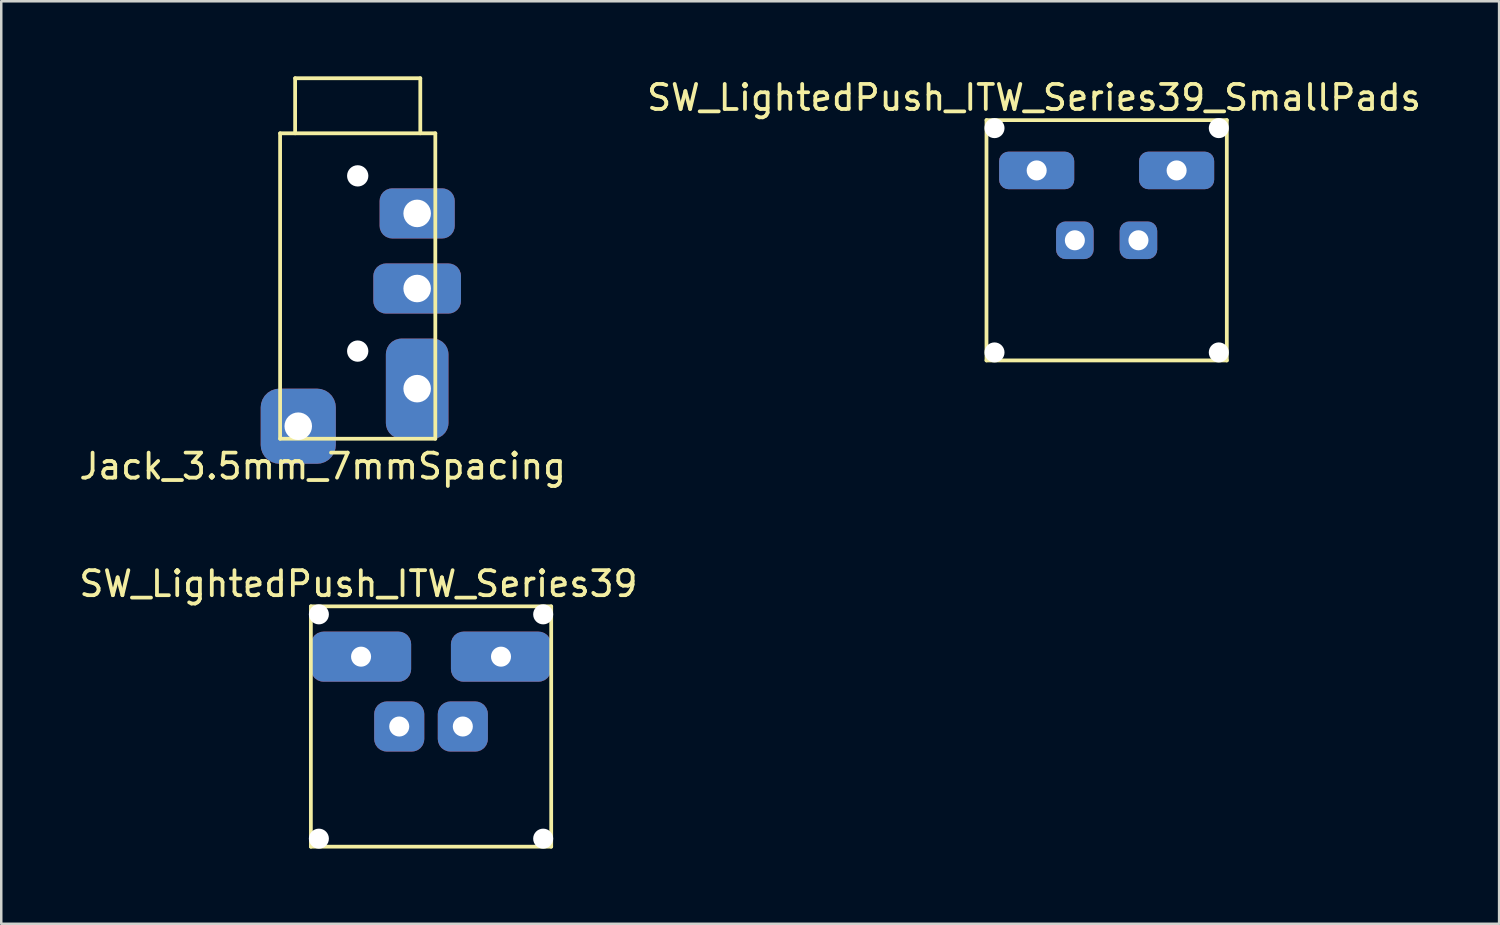
<source format=kicad_pcb>
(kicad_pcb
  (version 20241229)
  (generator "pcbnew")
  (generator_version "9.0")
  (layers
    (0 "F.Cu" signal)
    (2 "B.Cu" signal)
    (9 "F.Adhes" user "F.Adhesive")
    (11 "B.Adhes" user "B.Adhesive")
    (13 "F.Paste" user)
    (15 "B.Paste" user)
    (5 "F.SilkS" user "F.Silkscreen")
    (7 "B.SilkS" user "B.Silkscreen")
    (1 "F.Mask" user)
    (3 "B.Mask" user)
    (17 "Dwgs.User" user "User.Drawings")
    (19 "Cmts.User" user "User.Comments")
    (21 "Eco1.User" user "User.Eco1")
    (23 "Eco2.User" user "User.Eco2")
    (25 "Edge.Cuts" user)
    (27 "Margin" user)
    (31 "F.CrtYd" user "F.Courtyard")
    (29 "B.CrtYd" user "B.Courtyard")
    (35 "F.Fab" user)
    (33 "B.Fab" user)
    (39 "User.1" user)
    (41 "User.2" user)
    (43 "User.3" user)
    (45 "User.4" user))
  (footprint "Jack_3.5mm_7mmSpacing"
    (layer "F.Cu")
    (at 11.239 14.475)
    (property "Reference" "Jack_3.5mm_7mmSpacing" (at -1.4 1.1 0) (layer "F.SilkS") (effects (font (size 1 1) (thickness 0.15))))
    (attr through_hole)
    (fp_line (start -3.1 -12.2) (end 3.1 -12.2) (stroke (width 0.15) (type solid)) (layer "F.SilkS"))
    (fp_line (start -3.1 0) (end -3.1 -12.2) (stroke (width 0.15) (type solid)) (layer "F.SilkS"))
    (fp_line (start -2.5 -14.4) (end 2.5 -14.4) (stroke (width 0.15) (type solid)) (layer "F.SilkS"))
    (fp_line (start -2.5 -12.2) (end -2.5 -14.4) (stroke (width 0.15) (type solid)) (layer "F.SilkS"))
    (fp_line (start 2.5 -14.4) (end 2.5 -12.2) (stroke (width 0.15) (type solid)) (layer "F.SilkS"))
    (fp_line (start 3.1 -12.2) (end 3.1 0) (stroke (width 0.15) (type solid)) (layer "F.SilkS"))
    (fp_line (start 3.1 0) (end -3.1 0) (stroke (width 0.15) (type solid)) (layer "F.SilkS"))
    (pad "" np_thru_hole circle (at 0 -10.5) (size 0.85 0.85) (drill 0.85) (layers "*.Cu" "*.Mask"))
    (pad "" np_thru_hole circle (at 0 -3.5) (size 0.85 0.85) (drill 0.85) (layers "*.Cu" "*.Mask"))
    (pad "R" thru_hole roundrect (at 2.375 -6) (size 3.5 2) (drill 1.1) (layers "*.Cu" "*.Mask") (roundrect_rratio 0.25))
    (pad "S" thru_hole roundrect (at 2.375 -9) (size 3 2) (drill 1.1) (layers "*.Cu" "*.Mask") (roundrect_rratio 0.25))
    (pad "T" thru_hole roundrect (at 2.375 -2) (size 2.5 4) (drill 1.1) (layers "*.Cu" "*.Mask") (roundrect_rratio 0.25))
    (pad "X" thru_hole roundrect (at -2.375 -0.5) (size 3 3) (drill 1.1) (layers "*.Cu" "*.Mask") (roundrect_rratio 0.25)))
  (footprint "SW_LightedPush_ITW_Series39_SmallPads"
    (layer "F.Cu")
    (at 41.156 6.548)
    (property "Reference" "SW_LightedPush_ITW_Series39_SmallPads" (at -2.9 -5.7 0) (layer "F.SilkS") (effects (font (size 1 1) (thickness 0.15))))
    (attr through_hole)
    (fp_line (start -4.8 -4.8) (end -4.8 4.8) (stroke (width 0.15) (type solid)) (layer "F.SilkS"))
    (fp_line (start -4.8 4.8) (end 4.8 4.8) (stroke (width 0.15) (type solid)) (layer "F.SilkS"))
    (fp_line (start 4.8 -4.8) (end -4.8 -4.8) (stroke (width 0.15) (type solid)) (layer "F.SilkS"))
    (fp_line (start 4.8 4.8) (end 4.8 -4.8) (stroke (width 0.15) (type solid)) (layer "F.SilkS"))
    (pad "" np_thru_hole circle (at -4.48 -4.48) (size 0.8 0.8) (drill 0.8) (layers "*.Cu" "*.Mask"))
    (pad "" np_thru_hole circle (at -4.48 4.48) (size 0.8 0.8) (drill 0.8) (layers "*.Cu" "*.Mask"))
    (pad "" np_thru_hole circle (at 4.48 -4.48) (size 0.8 0.8) (drill 0.8) (layers "*.Cu" "*.Mask"))
    (pad "" np_thru_hole circle (at 4.48 4.48) (size 0.8 0.8) (drill 0.8) (layers "*.Cu" "*.Mask"))
    (pad "1" thru_hole roundrect (at -2.795 -2.79) (size 3 1.5) (drill 0.8) (layers "*.Cu" "*.Mask") (roundrect_rratio 0.25))
    (pad "2" thru_hole roundrect (at 2.795 -2.79) (size 3 1.5) (drill 0.8) (layers "*.Cu" "*.Mask") (roundrect_rratio 0.25))
    (pad "3" thru_hole roundrect (at 1.27 0) (size 1.5 1.5) (drill 0.8) (layers "*.Cu" "*.Mask") (roundrect_rratio 0.25))
    (pad "4" thru_hole roundrect (at -1.27 0) (size 1.5 1.5) (drill 0.8) (layers "*.Cu" "*.Mask") (roundrect_rratio 0.25)))
  (footprint "SW_LightedPush_ITW_Series39"
    (layer "F.Cu")
    (at 14.168 25.971)
    (property "Reference" "SW_LightedPush_ITW_Series39" (at -2.9 -5.7 0) (layer "F.SilkS") (effects (font (size 1 1) (thickness 0.15))))
    (attr through_hole)
    (fp_line (start -4.8 -4.8) (end -4.8 4.8) (stroke (width 0.15) (type solid)) (layer "F.SilkS"))
    (fp_line (start -4.8 4.8) (end 4.8 4.8) (stroke (width 0.15) (type solid)) (layer "F.SilkS"))
    (fp_line (start 4.8 -4.8) (end -4.8 -4.8) (stroke (width 0.15) (type solid)) (layer "F.SilkS"))
    (fp_line (start 4.8 4.8) (end 4.8 -4.8) (stroke (width 0.15) (type solid)) (layer "F.SilkS"))
    (pad "" np_thru_hole circle (at -4.48 -4.48) (size 0.8 0.8) (drill 0.8) (layers "*.Cu" "*.Mask"))
    (pad "" np_thru_hole circle (at -4.48 4.48) (size 0.8 0.8) (drill 0.8) (layers "*.Cu" "*.Mask"))
    (pad "" np_thru_hole circle (at 4.48 -4.48) (size 0.8 0.8) (drill 0.8) (layers "*.Cu" "*.Mask"))
    (pad "" np_thru_hole circle (at 4.48 4.48) (size 0.8 0.8) (drill 0.8) (layers "*.Cu" "*.Mask"))
    (pad "1" thru_hole roundrect (at -2.795 -2.79) (size 4 2) (drill 0.8) (layers "*.Cu" "*.Mask") (roundrect_rratio 0.25))
    (pad "2" thru_hole roundrect (at 2.795 -2.79) (size 4 2) (drill 0.8) (layers "*.Cu" "*.Mask") (roundrect_rratio 0.25))
    (pad "3" thru_hole roundrect (at 1.27 0) (size 2 2) (drill 0.8) (layers "*.Cu" "*.Mask") (roundrect_rratio 0.25))
    (pad "4" thru_hole roundrect (at -1.27 0) (size 2 2) (drill 0.8) (layers "*.Cu" "*.Mask") (roundrect_rratio 0.25)))
  (gr_rect
    (start -3 -3)
    (end 56.833 33.852)
    (stroke (width 0.1) (type default))
    (fill no)
    (layer "Edge.Cuts")))
</source>
